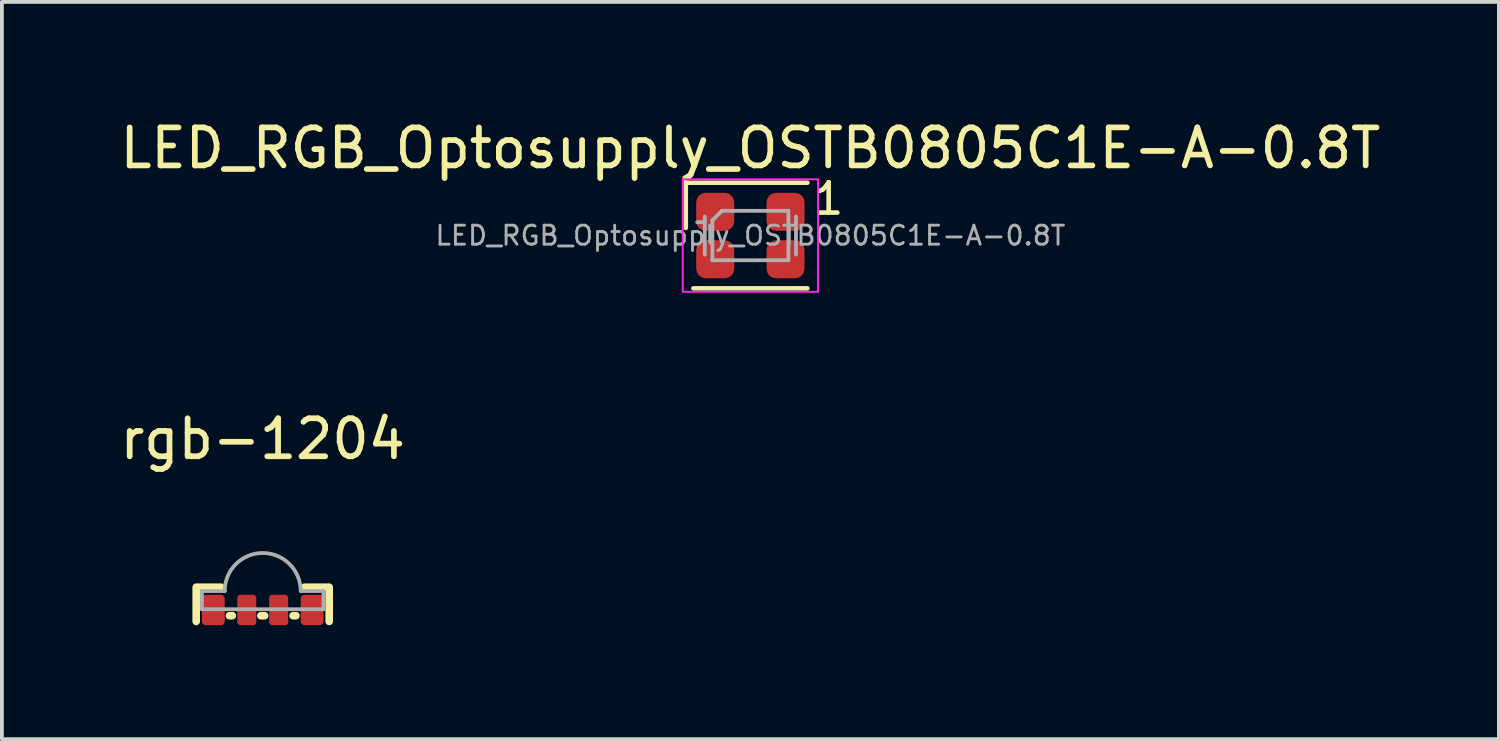
<source format=kicad_pcb>
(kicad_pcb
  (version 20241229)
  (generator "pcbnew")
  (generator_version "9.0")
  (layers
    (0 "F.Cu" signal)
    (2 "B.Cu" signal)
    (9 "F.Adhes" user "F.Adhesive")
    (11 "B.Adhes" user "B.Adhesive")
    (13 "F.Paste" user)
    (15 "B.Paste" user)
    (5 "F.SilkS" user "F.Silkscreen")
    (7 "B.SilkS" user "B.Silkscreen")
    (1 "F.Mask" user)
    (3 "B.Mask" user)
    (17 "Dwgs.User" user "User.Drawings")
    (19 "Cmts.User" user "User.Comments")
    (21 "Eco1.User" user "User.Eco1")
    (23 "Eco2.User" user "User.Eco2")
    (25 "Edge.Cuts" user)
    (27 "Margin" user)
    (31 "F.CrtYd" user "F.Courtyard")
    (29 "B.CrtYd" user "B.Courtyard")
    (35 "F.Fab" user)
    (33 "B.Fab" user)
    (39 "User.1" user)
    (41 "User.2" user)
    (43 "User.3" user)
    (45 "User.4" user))
  (footprint "LED_RGB_Optosupply_OSTB0805C1E-A-0.8T"
    (layer "F.Cu")
    (at 16.696 3.148)
    (property "Reference" "LED_RGB_Optosupply_OSTB0805C1E-A-0.8T" (at 0 -2.3 0) (layer "F.SilkS") (effects (font (size 1 1) (thickness 0.15))))
    (attr smd)
    (fp_line (start -1.7 -1.39) (end -1.7 -0.2) (stroke (width 0.12) (type default)) (layer "F.SilkS"))
    (fp_line (start 1.5 -1.39) (end -1.7 -1.39) (stroke (width 0.12) (type solid)) (layer "F.SilkS"))
    (fp_line (start 1.5 1.39) (end -1.5 1.39) (stroke (width 0.12) (type solid)) (layer "F.SilkS"))
    (fp_line (start -1.78 -1.48) (end -1.78 1.48) (stroke (width 0.05) (type solid)) (layer "F.CrtYd"))
    (fp_line (start -1.78 1.48) (end 1.78 1.48) (stroke (width 0.05) (type solid)) (layer "F.CrtYd"))
    (fp_line (start 1.78 -1.48) (end -1.78 -1.48) (stroke (width 0.05) (type solid)) (layer "F.CrtYd"))
    (fp_line (start 1.78 1.48) (end 1.78 -1.48) (stroke (width 0.05) (type solid)) (layer "F.CrtYd"))
    (fp_line (start -1.2 -0.35) (end -1.4 -0.35) (stroke (width 0.1) (type solid)) (layer "F.Fab"))
    (fp_line (start -1.2 0.5) (end -1.2 -0.5) (stroke (width 0.1) (type solid)) (layer "F.Fab"))
    (fp_line (start -1 -0.4) (end -0.75 -0.65) (stroke (width 0.1) (type solid)) (layer "F.Fab"))
    (fp_line (start -1 0.65) (end -1 -0.4) (stroke (width 0.1) (type solid)) (layer "F.Fab"))
    (fp_line (start -0.75 -0.65) (end 1 -0.65) (stroke (width 0.1) (type solid)) (layer "F.Fab"))
    (fp_line (start 1 -0.65) (end 1 0.65) (stroke (width 0.1) (type solid)) (layer "F.Fab"))
    (fp_line (start 1 0.65) (end -1 0.65) (stroke (width 0.1) (type solid)) (layer "F.Fab"))
    (fp_line (start 1.2 0.5) (end 1.2 -0.5) (stroke (width 0.1) (type solid)) (layer "F.Fab"))
    (fp_text user "1" (at 1.6 -0.5 0) (unlocked yes) (layer "F.SilkS") (effects (font (size 0.8 0.8) (thickness 0.12)) (justify left bottom)))
    (fp_text user "${REFERENCE}" (at 0 0 0) (layer "F.Fab") (effects (font (size 0.5 0.5) (thickness 0.075))))
    (pad "1" smd roundrect (at -0.925 -0.625 180) (size 1 1) (layers "F.Cu" "F.Mask" "F.Paste") (roundrect_rratio 0.25))
    (pad "2" smd roundrect (at 0.925 -0.625 180) (size 1 1) (layers "F.Cu" "F.Mask" "F.Paste") (roundrect_rratio 0.25))
    (pad "3" smd roundrect (at -0.925 0.625 180) (size 1 1) (layers "F.Cu" "F.Mask" "F.Paste") (roundrect_rratio 0.25))
    (pad "4" smd roundrect (at 0.925 0.625 180) (size 1 1) (layers "F.Cu" "F.Mask" "F.Paste") (roundrect_rratio 0.25)))
  (footprint "rgb-1204"
    (layer "F.Cu")
    (at 3.863 12.502)
    (property "Reference" "rgb-1204" (at 0 -4 0) (unlocked yes) (layer "F.SilkS") (effects (font (size 1 1) (thickness 0.15))))
    (fp_line (start -1.75 0.8) (end -1.75 -0.1) (stroke (width 0.2) (type solid)) (layer "F.SilkS"))
    (fp_line (start -1.1 -0.1) (end -1.7 -0.1) (stroke (width 0.2) (type solid)) (layer "F.SilkS"))
    (fp_line (start -0.8 0.65) (end -0.875 0.65) (stroke (width 0.2) (type solid)) (layer "F.SilkS"))
    (fp_line (start 0.05 0.65) (end -0.05 0.65) (stroke (width 0.2) (type solid)) (layer "F.SilkS"))
    (fp_line (start 0.875 0.65) (end 0.8 0.65) (stroke (width 0.2) (type solid)) (layer "F.SilkS"))
    (fp_line (start 1.7 -0.1) (end 1.1 -0.1) (stroke (width 0.2) (type solid)) (layer "F.SilkS"))
    (fp_line (start 1.75 0.8) (end 1.75 -0.1) (stroke (width 0.2) (type solid)) (layer "F.SilkS"))
    (fp_line (start -1.6 0) (end -1 0) (stroke (width 0.1) (type solid)) (layer "F.Fab"))
    (fp_line (start -1.6 0.48) (end -1.6 0) (stroke (width 0.1) (type solid)) (layer "F.Fab"))
    (fp_line (start -1.6 0.48) (end 1.6 0.48) (stroke (width 0.1) (type solid)) (layer "F.Fab"))
    (fp_line (start 1.6 0) (end 1 0) (stroke (width 0.1) (type solid)) (layer "F.Fab"))
    (fp_line (start 1.6 0.48) (end 1.6 0) (stroke (width 0.1) (type solid)) (layer "F.Fab"))
    (fp_arc (start -1 0) (mid 0 -1) (end 1 0) (stroke (width 0.1) (type solid)) (layer "F.Fab"))
    (pad "1" smd roundrect (at 0.42 0.5) (size 0.5 0.8) (layers "F.Cu" "F.Mask" "F.Paste") (roundrect_rratio 0.167))
    (pad "2" smd roundrect (at -0.42 0.5) (size 0.5 0.8) (layers "F.Cu" "F.Mask" "F.Paste") (roundrect_rratio 0.167))
    (pad "3" smd roundrect (at 1.3 0.5) (size 0.6 0.8) (layers "F.Cu" "F.Mask" "F.Paste") (roundrect_rratio 0.167))
    (pad "4" smd roundrect (at -1.3 0.5) (size 0.6 0.8) (layers "F.Cu" "F.Mask" "F.Paste") (roundrect_rratio 0.167)))
  (gr_rect
    (start -3 -3)
    (end 36.393 16.401)
    (stroke (width 0.1) (type default))
    (fill no)
    (layer "Edge.Cuts")))
</source>
